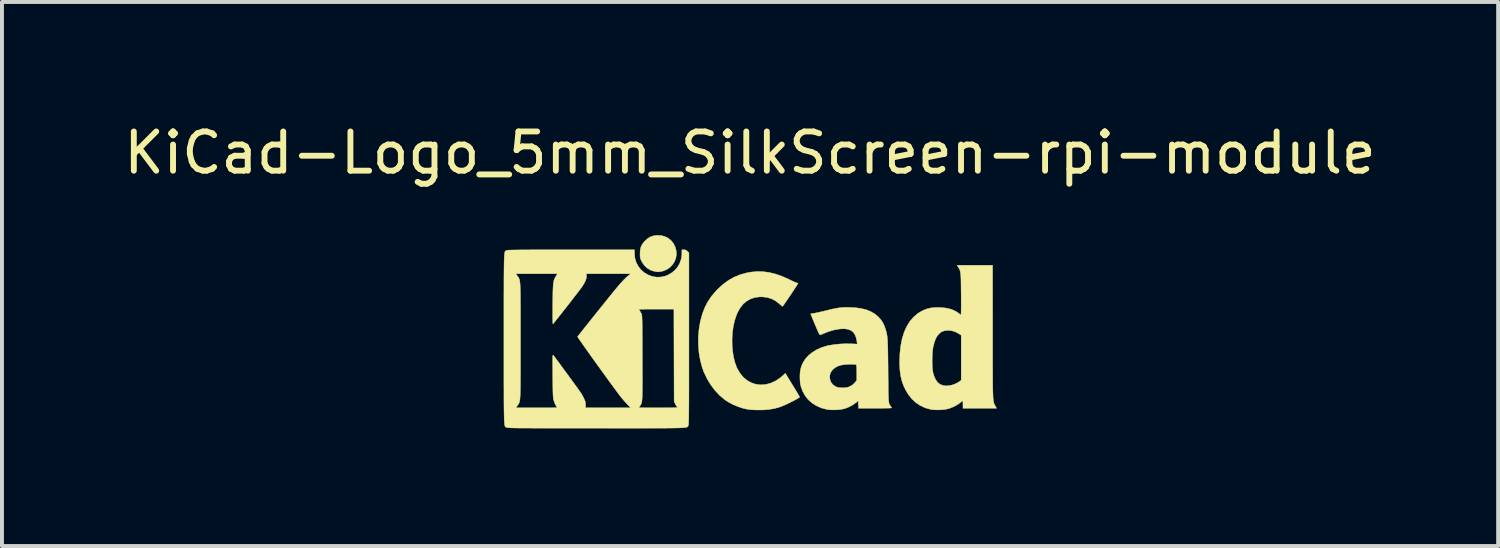
<source format=kicad_pcb>
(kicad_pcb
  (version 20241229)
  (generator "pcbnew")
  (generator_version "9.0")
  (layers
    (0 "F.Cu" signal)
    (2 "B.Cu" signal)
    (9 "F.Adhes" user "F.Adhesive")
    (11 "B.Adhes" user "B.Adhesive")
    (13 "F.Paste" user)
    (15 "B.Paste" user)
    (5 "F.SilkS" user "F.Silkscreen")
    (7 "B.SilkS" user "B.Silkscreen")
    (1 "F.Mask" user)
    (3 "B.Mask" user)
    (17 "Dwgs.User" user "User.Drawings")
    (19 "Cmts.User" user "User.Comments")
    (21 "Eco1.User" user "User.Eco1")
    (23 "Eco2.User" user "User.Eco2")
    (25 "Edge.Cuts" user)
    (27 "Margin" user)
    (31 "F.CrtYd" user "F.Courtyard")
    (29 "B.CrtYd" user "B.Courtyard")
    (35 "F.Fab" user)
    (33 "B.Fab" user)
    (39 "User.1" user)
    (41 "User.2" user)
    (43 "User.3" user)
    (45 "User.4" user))
  (footprint "KiCad-Logo_5mm_SilkScreen-rpi-module"
    (layer "F.Cu")
    (at 16.077 5.928)
    (property "Reference" "KiCad-Logo_5mm_SilkScreen-rpi-module" (at 0 -5.08 0) (layer "F.SilkS") (effects (font (size 1 1) (thickness 0.15))))
    (attr exclude_from_pos_files exclude_from_bom)
    (fp_poly (pts (xy -2.273 -2.973) (xy -2.177 -2.949) (xy -2.09 -2.906) (xy -2.015 -2.847) (xy -1.954 -2.772) (xy -1.909 -2.683) (xy -1.883 -2.586) (xy -1.877 -2.489) (xy -1.892 -2.395) (xy -1.926 -2.307) (xy -1.977 -2.228) (xy -2.042 -2.16) (xy -2.121 -2.106) (xy -2.212 -2.068) (xy -2.263 -2.056) (xy -2.308 -2.048) (xy -2.342 -2.045) (xy -2.375 -2.047) (xy -2.415 -2.054) (xy -2.449 -2.061) (xy -2.542 -2.092) (xy -2.626 -2.143) (xy -2.698 -2.213) (xy -2.756 -2.298) (xy -2.77 -2.326) (xy -2.787 -2.362) (xy -2.797 -2.392) (xy -2.802 -2.425) (xy -2.805 -2.466) (xy -2.805 -2.512) (xy -2.801 -2.596) (xy -2.787 -2.665) (xy -2.762 -2.726) (xy -2.723 -2.784) (xy -2.684 -2.829) (xy -2.612 -2.895) (xy -2.537 -2.94) (xy -2.455 -2.967) (xy -2.377 -2.977) (xy -2.273 -2.973)) (stroke (width 0.01) (type solid)) (fill yes) (layer "F.SilkS"))
    (fp_poly (pts (xy 0.328 -2.051) (xy 0.489 -2.03) (xy 0.653 -1.99) (xy 0.822 -1.93) (xy 1 -1.851) (xy 1.011 -1.845) (xy 1.069 -1.817) (xy 1.121 -1.793) (xy 1.162 -1.775) (xy 1.19 -1.764) (xy 1.2 -1.761) (xy 1.219 -1.756) (xy 1.224 -1.752) (xy 1.218 -1.741) (xy 1.202 -1.715) (xy 1.177 -1.676) (xy 1.145 -1.626) (xy 1.107 -1.569) (xy 1.066 -1.507) (xy 1.023 -1.442) (xy 0.98 -1.379) (xy 0.939 -1.319) (xy 0.902 -1.265) (xy 0.871 -1.22) (xy 0.847 -1.186) (xy 0.832 -1.167) (xy 0.83 -1.165) (xy 0.82 -1.17) (xy 0.798 -1.187) (xy 0.767 -1.214) (xy 0.752 -1.228) (xy 0.655 -1.303) (xy 0.548 -1.359) (xy 0.433 -1.394) (xy 0.31 -1.408) (xy 0.241 -1.407) (xy 0.119 -1.39) (xy 0.01 -1.354) (xy -0.087 -1.299) (xy -0.174 -1.225) (xy -0.249 -1.131) (xy -0.314 -1.018) (xy -0.351 -0.931) (xy -0.395 -0.796) (xy -0.428 -0.648) (xy -0.448 -0.493) (xy -0.458 -0.333) (xy -0.456 -0.173) (xy -0.443 -0.016) (xy -0.419 0.133) (xy -0.384 0.271) (xy -0.338 0.395) (xy -0.322 0.429) (xy -0.253 0.543) (xy -0.173 0.64) (xy -0.081 0.718) (xy 0.02 0.777) (xy 0.13 0.816) (xy 0.247 0.834) (xy 0.289 0.835) (xy 0.41 0.824) (xy 0.531 0.791) (xy 0.649 0.737) (xy 0.762 0.663) (xy 0.854 0.585) (xy 0.9 0.54) (xy 1.081 0.837) (xy 1.127 0.911) (xy 1.168 0.98) (xy 1.204 1.039) (xy 1.233 1.088) (xy 1.254 1.124) (xy 1.265 1.144) (xy 1.266 1.147) (xy 1.258 1.157) (xy 1.233 1.174) (xy 1.193 1.197) (xy 1.142 1.225) (xy 1.084 1.255) (xy 1.021 1.287) (xy 0.958 1.318) (xy 0.896 1.346) (xy 0.839 1.371) (xy 0.791 1.391) (xy 0.768 1.399) (xy 0.634 1.437) (xy 0.496 1.462) (xy 0.349 1.475) (xy 0.222 1.477) (xy 0.154 1.476) (xy 0.088 1.474) (xy 0.031 1.471) (xy -0.013 1.468) (xy -0.027 1.466) (xy -0.166 1.438) (xy -0.307 1.392) (xy -0.445 1.334) (xy -0.572 1.264) (xy -0.649 1.211) (xy -0.777 1.103) (xy -0.895 0.977) (xy -1.002 0.835) (xy -1.095 0.681) (xy -1.173 0.518) (xy -1.217 0.401) (xy -1.267 0.217) (xy -1.301 0.023) (xy -1.318 -0.179) (xy -1.318 -0.382) (xy -1.301 -0.584) (xy -1.268 -0.781) (xy -1.217 -0.967) (xy -1.214 -0.978) (xy -1.151 -1.14) (xy -1.074 -1.288) (xy -0.981 -1.426) (xy -0.868 -1.558) (xy -0.825 -1.604) (xy -0.688 -1.728) (xy -0.549 -1.83) (xy -0.403 -1.912) (xy -0.249 -1.975) (xy -0.084 -2.02) (xy 0.011 -2.038) (xy 0.17 -2.054) (xy 0.328 -2.051)) (stroke (width 0.01) (type solid)) (fill yes) (layer "F.SilkS"))
    (fp_poly (pts (xy 6.187 -0.528) (xy 6.187 -0.293) (xy 6.187 -0.08) (xy 6.187 0.112) (xy 6.187 0.285) (xy 6.187 0.441) (xy 6.188 0.579) (xy 6.188 0.701) (xy 6.189 0.808) (xy 6.19 0.901) (xy 6.192 0.982) (xy 6.194 1.051) (xy 6.196 1.11) (xy 6.198 1.159) (xy 6.202 1.2) (xy 6.205 1.234) (xy 6.21 1.262) (xy 6.214 1.285) (xy 6.22 1.304) (xy 6.226 1.321) (xy 6.233 1.335) (xy 6.24 1.349) (xy 6.249 1.364) (xy 6.254 1.373) (xy 6.288 1.434) (xy 5.43 1.434) (xy 5.43 1.338) (xy 5.429 1.294) (xy 5.427 1.261) (xy 5.424 1.243) (xy 5.423 1.242) (xy 5.412 1.249) (xy 5.389 1.267) (xy 5.366 1.286) (xy 5.312 1.327) (xy 5.242 1.368) (xy 5.165 1.405) (xy 5.088 1.435) (xy 5.057 1.445) (xy 4.989 1.46) (xy 4.906 1.47) (xy 4.816 1.475) (xy 4.728 1.474) (xy 4.649 1.469) (xy 4.612 1.463) (xy 4.473 1.425) (xy 4.346 1.367) (xy 4.23 1.29) (xy 4.127 1.195) (xy 4.036 1.081) (xy 3.969 0.97) (xy 3.914 0.854) (xy 3.872 0.734) (xy 3.842 0.608) (xy 3.823 0.472) (xy 3.815 0.32) (xy 3.814 0.243) (xy 3.816 0.186) (xy 4.645 0.186) (xy 4.645 0.279) (xy 4.648 0.367) (xy 4.654 0.444) (xy 4.662 0.505) (xy 4.665 0.517) (xy 4.697 0.625) (xy 4.738 0.712) (xy 4.79 0.779) (xy 4.853 0.826) (xy 4.926 0.853) (xy 5.011 0.862) (xy 5.107 0.851) (xy 5.17 0.835) (xy 5.219 0.817) (xy 5.274 0.791) (xy 5.314 0.767) (xy 5.385 0.721) (xy 5.385 -0.429) (xy 5.317 -0.473) (xy 5.239 -0.514) (xy 5.155 -0.541) (xy 5.07 -0.553) (xy 4.988 -0.549) (xy 4.915 -0.53) (xy 4.883 -0.515) (xy 4.826 -0.472) (xy 4.777 -0.415) (xy 4.735 -0.342) (xy 4.701 -0.252) (xy 4.672 -0.141) (xy 4.671 -0.135) (xy 4.66 -0.073) (xy 4.653 0.005) (xy 4.648 0.093) (xy 4.645 0.186) (xy 3.816 0.186) (xy 3.822 0.03) (xy 3.844 -0.166) (xy 3.88 -0.345) (xy 3.93 -0.506) (xy 3.994 -0.65) (xy 4.071 -0.777) (xy 4.163 -0.886) (xy 4.268 -0.977) (xy 4.314 -1.008) (xy 4.415 -1.064) (xy 4.518 -1.104) (xy 4.628 -1.128) (xy 4.749 -1.138) (xy 4.842 -1.137) (xy 4.971 -1.126) (xy 5.084 -1.104) (xy 5.183 -1.07) (xy 5.271 -1.024) (xy 5.32 -0.99) (xy 5.349 -0.968) (xy 5.371 -0.953) (xy 5.379 -0.948) (xy 5.381 -0.959) (xy 5.382 -0.99) (xy 5.383 -1.037) (xy 5.384 -1.1) (xy 5.384 -1.173) (xy 5.384 -1.256) (xy 5.384 -1.344) (xy 5.384 -1.436) (xy 5.383 -1.528) (xy 5.382 -1.618) (xy 5.381 -1.704) (xy 5.38 -1.781) (xy 5.379 -1.848) (xy 5.377 -1.902) (xy 5.375 -1.94) (xy 5.375 -1.947) (xy 5.367 -2.018) (xy 5.356 -2.073) (xy 5.338 -2.12) (xy 5.312 -2.166) (xy 5.305 -2.176) (xy 5.281 -2.213) (xy 6.186 -2.213) (xy 6.187 -0.528)) (stroke (width 0.01) (type solid)) (fill yes) (layer "F.SilkS"))
    (fp_poly (pts (xy 2.674 -1.133) (xy 2.825 -1.113) (xy 2.961 -1.08) (xy 3.08 -1.032) (xy 3.185 -0.971) (xy 3.262 -0.907) (xy 3.331 -0.833) (xy 3.385 -0.753) (xy 3.428 -0.661) (xy 3.443 -0.618) (xy 3.456 -0.579) (xy 3.467 -0.543) (xy 3.477 -0.508) (xy 3.485 -0.472) (xy 3.492 -0.433) (xy 3.498 -0.39) (xy 3.503 -0.34) (xy 3.507 -0.283) (xy 3.51 -0.215) (xy 3.513 -0.136) (xy 3.515 -0.043) (xy 3.517 0.066) (xy 3.518 0.192) (xy 3.52 0.337) (xy 3.521 0.48) (xy 3.522 0.636) (xy 3.524 0.771) (xy 3.525 0.887) (xy 3.526 0.986) (xy 3.528 1.068) (xy 3.53 1.136) (xy 3.532 1.192) (xy 3.535 1.236) (xy 3.539 1.271) (xy 3.544 1.299) (xy 3.55 1.321) (xy 3.557 1.338) (xy 3.565 1.352) (xy 3.574 1.366) (xy 3.585 1.38) (xy 3.59 1.385) (xy 3.605 1.408) (xy 3.612 1.423) (xy 3.612 1.424) (xy 3.602 1.426) (xy 3.571 1.428) (xy 3.522 1.43) (xy 3.458 1.431) (xy 3.382 1.433) (xy 3.295 1.433) (xy 3.2 1.434) (xy 3.19 1.434) (xy 2.767 1.434) (xy 2.763 1.338) (xy 2.76 1.242) (xy 2.698 1.293) (xy 2.601 1.36) (xy 2.491 1.415) (xy 2.404 1.445) (xy 2.335 1.46) (xy 2.252 1.47) (xy 2.162 1.475) (xy 2.074 1.474) (xy 1.995 1.468) (xy 1.959 1.463) (xy 1.819 1.425) (xy 1.692 1.37) (xy 1.58 1.299) (xy 1.484 1.213) (xy 1.404 1.112) (xy 1.341 0.997) (xy 1.296 0.871) (xy 1.284 0.814) (xy 1.276 0.752) (xy 1.273 0.677) (xy 1.272 0.643) (xy 1.272 0.64) (xy 2.032 0.64) (xy 2.042 0.715) (xy 2.07 0.779) (xy 2.118 0.835) (xy 2.123 0.839) (xy 2.172 0.874) (xy 2.223 0.897) (xy 2.284 0.909) (xy 2.359 0.911) (xy 2.377 0.911) (xy 2.431 0.908) (xy 2.471 0.903) (xy 2.506 0.893) (xy 2.545 0.876) (xy 2.556 0.871) (xy 2.616 0.835) (xy 2.663 0.792) (xy 2.676 0.777) (xy 2.721 0.72) (xy 2.721 0.525) (xy 2.72 0.446) (xy 2.718 0.388) (xy 2.715 0.349) (xy 2.711 0.327) (xy 2.707 0.32) (xy 2.691 0.317) (xy 2.657 0.314) (xy 2.61 0.313) (xy 2.555 0.312) (xy 2.546 0.312) (xy 2.425 0.317) (xy 2.323 0.333) (xy 2.236 0.361) (xy 2.164 0.401) (xy 2.109 0.448) (xy 2.064 0.506) (xy 2.039 0.569) (xy 2.032 0.64) (xy 1.272 0.64) (xy 1.274 0.55) (xy 1.283 0.471) (xy 1.299 0.4) (xy 1.324 0.329) (xy 1.348 0.276) (xy 1.407 0.181) (xy 1.485 0.093) (xy 1.58 0.014) (xy 1.69 -0.055) (xy 1.813 -0.111) (xy 1.945 -0.154) (xy 2.009 -0.169) (xy 2.146 -0.191) (xy 2.294 -0.206) (xy 2.446 -0.212) (xy 2.572 -0.211) (xy 2.734 -0.204) (xy 2.727 -0.263) (xy 2.707 -0.362) (xy 2.676 -0.443) (xy 2.632 -0.506) (xy 2.575 -0.551) (xy 2.503 -0.58) (xy 2.416 -0.594) (xy 2.313 -0.591) (xy 2.275 -0.587) (xy 2.134 -0.562) (xy 1.997 -0.521) (xy 1.902 -0.483) (xy 1.857 -0.464) (xy 1.819 -0.448) (xy 1.792 -0.439) (xy 1.785 -0.437) (xy 1.775 -0.446) (xy 1.758 -0.475) (xy 1.734 -0.524) (xy 1.703 -0.594) (xy 1.665 -0.684) (xy 1.658 -0.7) (xy 1.628 -0.772) (xy 1.601 -0.838) (xy 1.578 -0.893) (xy 1.561 -0.936) (xy 1.55 -0.963) (xy 1.547 -0.972) (xy 1.557 -0.977) (xy 1.583 -0.982) (xy 1.611 -0.986) (xy 1.642 -0.991) (xy 1.689 -1) (xy 1.751 -1.013) (xy 1.821 -1.029) (xy 1.896 -1.047) (xy 1.925 -1.054) (xy 2.03 -1.08) (xy 2.117 -1.1) (xy 2.192 -1.115) (xy 2.258 -1.126) (xy 2.319 -1.133) (xy 2.381 -1.138) (xy 2.446 -1.14) (xy 2.504 -1.14) (xy 2.674 -1.133)) (stroke (width 0.01) (type solid)) (fill yes) (layer "F.SilkS"))
    (fp_poly (pts (xy -2.946 -2.511) (xy -2.936 -2.397) (xy -2.904 -2.289) (xy -2.853 -2.19) (xy -2.784 -2.102) (xy -2.699 -2.027) (xy -2.602 -1.97) (xy -2.496 -1.93) (xy -2.389 -1.911) (xy -2.283 -1.913) (xy -2.181 -1.932) (xy -2.085 -1.969) (xy -1.996 -2.021) (xy -1.917 -2.087) (xy -1.849 -2.167) (xy -1.796 -2.258) (xy -1.759 -2.359) (xy -1.74 -2.47) (xy -1.738 -2.52) (xy -1.738 -2.608) (xy -1.687 -2.608) (xy -1.65 -2.605) (xy -1.623 -2.593) (xy -1.596 -2.569) (xy -1.558 -2.531) (xy -1.558 -0.339) (xy -1.558 -0.077) (xy -1.558 0.163) (xy -1.558 0.383) (xy -1.558 0.583) (xy -1.558 0.764) (xy -1.558 0.928) (xy -1.559 1.074) (xy -1.559 1.205) (xy -1.559 1.32) (xy -1.56 1.421) (xy -1.561 1.509) (xy -1.561 1.585) (xy -1.562 1.65) (xy -1.563 1.704) (xy -1.564 1.749) (xy -1.565 1.786) (xy -1.567 1.815) (xy -1.568 1.837) (xy -1.57 1.854) (xy -1.572 1.866) (xy -1.574 1.874) (xy -1.576 1.88) (xy -1.577 1.882) (xy -1.581 1.889) (xy -1.585 1.895) (xy -1.589 1.901) (xy -1.594 1.906) (xy -1.601 1.911) (xy -1.611 1.916) (xy -1.625 1.92) (xy -1.645 1.923) (xy -1.669 1.926) (xy -1.701 1.929) (xy -1.741 1.931) (xy -1.789 1.934) (xy -1.846 1.935) (xy -1.914 1.937) (xy -1.994 1.938) (xy -2.085 1.939) (xy -2.19 1.94) (xy -2.309 1.94) (xy -2.443 1.941) (xy -2.593 1.941) (xy -2.76 1.941) (xy -2.945 1.942) (xy -3.149 1.942) (xy -3.372 1.942) (xy -3.616 1.941) (xy -3.881 1.941) (xy -3.92 1.941) (xy -4.187 1.941) (xy -4.432 1.941) (xy -4.657 1.941) (xy -4.861 1.941) (xy -5.047 1.941) (xy -5.215 1.941) (xy -5.366 1.94) (xy -5.501 1.94) (xy -5.62 1.939) (xy -5.725 1.939) (xy -5.817 1.938) (xy -5.896 1.938) (xy -5.964 1.937) (xy -6.021 1.936) (xy -6.069 1.935) (xy -6.107 1.933) (xy -6.138 1.932) (xy -6.162 1.931) (xy -6.18 1.929) (xy -6.192 1.927) (xy -6.201 1.925) (xy -6.205 1.923) (xy -6.214 1.92) (xy -6.221 1.917) (xy -6.229 1.915) (xy -6.235 1.911) (xy -6.241 1.906) (xy -6.246 1.897) (xy -6.251 1.885) (xy -6.255 1.869) (xy -6.259 1.846) (xy -6.262 1.818) (xy -6.265 1.781) (xy -6.268 1.737) (xy -6.27 1.683) (xy -6.271 1.618) (xy -6.273 1.543) (xy -6.274 1.455) (xy -6.275 1.354) (xy -6.276 1.239) (xy -6.276 1.11) (xy -6.276 0.964) (xy -6.277 0.802) (xy -6.277 0.621) (xy -6.277 0.422) (xy -6.277 0.204) (xy -6.277 -0.035) (xy -6.277 -0.296) (xy -6.277 -0.338) (xy -6.277 -0.601) (xy -6.277 -0.842) (xy -6.277 -1.063) (xy -6.277 -1.264) (xy -6.277 -1.446) (xy -6.276 -1.61) (xy -6.276 -1.757) (xy -6.276 -1.888) (xy -6.275 -1.998) (xy -5.972 -1.998) (xy -5.932 -1.94) (xy -5.921 -1.925) (xy -5.911 -1.911) (xy -5.902 -1.897) (xy -5.894 -1.883) (xy -5.887 -1.868) (xy -5.881 -1.849) (xy -5.875 -1.826) (xy -5.871 -1.798) (xy -5.867 -1.764) (xy -5.863 -1.722) (xy -5.861 -1.67) (xy -5.858 -1.609) (xy -5.857 -1.537) (xy -5.855 -1.452) (xy -5.855 -1.354) (xy -5.854 -1.24) (xy -5.853 -1.111) (xy -5.853 -0.965) (xy -5.853 -0.8) (xy -5.853 -0.616) (xy -5.853 -0.41) (xy -5.853 -0.288) (xy -5.853 -0.071) (xy -5.853 0.125) (xy -5.853 0.3) (xy -5.853 0.456) (xy -5.854 0.595) (xy -5.854 0.717) (xy -5.855 0.823) (xy -5.856 0.915) (xy -5.857 0.994) (xy -5.859 1.062) (xy -5.862 1.118) (xy -5.865 1.165) (xy -5.868 1.204) (xy -5.872 1.235) (xy -5.877 1.261) (xy -5.883 1.282) (xy -5.89 1.299) (xy -5.897 1.314) (xy -5.906 1.327) (xy -5.915 1.341) (xy -5.925 1.356) (xy -5.932 1.365) (xy -5.97 1.422) (xy -5.439 1.422) (xy -5.315 1.422) (xy -5.213 1.422) (xy -5.129 1.422) (xy -5.063 1.421) (xy -5.012 1.42) (xy -4.974 1.419) (xy -4.948 1.417) (xy -4.932 1.415) (xy -4.923 1.412) (xy -4.921 1.408) (xy -4.923 1.404) (xy -4.925 1.403) (xy -4.95 1.366) (xy -4.976 1.313) (xy -4.999 1.251) (xy -5.007 1.224) (xy -5.012 1.206) (xy -5.016 1.185) (xy -5.019 1.159) (xy -5.022 1.126) (xy -5.024 1.083) (xy -5.026 1.028) (xy -5.028 0.96) (xy -5.029 0.877) (xy -5.03 0.775) (xy -5.031 0.654) (xy -5.032 0.61) (xy -5.033 0.484) (xy -5.033 0.38) (xy -5.034 0.295) (xy -5.034 0.227) (xy -5.034 0.174) (xy -5.033 0.135) (xy -5.031 0.107) (xy -5.029 0.09) (xy -5.027 0.081) (xy -5.023 0.078) (xy -5.019 0.08) (xy -5.015 0.085) (xy -5.004 0.098) (xy -4.982 0.127) (xy -4.95 0.17) (xy -4.909 0.225) (xy -4.861 0.289) (xy -4.808 0.362) (xy -4.751 0.44) (xy -4.691 0.521) (xy -4.631 0.603) (xy -4.572 0.685) (xy -4.514 0.763) (xy -4.461 0.836) (xy -4.413 0.902) (xy -4.373 0.959) (xy -4.341 1.004) (xy -4.318 1.035) (xy -4.314 1.041) (xy -4.291 1.078) (xy -4.264 1.126) (xy -4.239 1.176) (xy -4.236 1.183) (xy -4.214 1.231) (xy -4.201 1.268) (xy -4.196 1.304) (xy -4.194 1.346) (xy -4.195 1.422) (xy -3.041 1.422) (xy -3.132 1.329) (xy -3.179 1.279) (xy -3.229 1.222) (xy -3.275 1.168) (xy -3.295 1.143) (xy -3.326 1.103) (xy -3.366 1.05) (xy -3.414 0.985) (xy -3.47 0.909) (xy -3.532 0.825) (xy -3.599 0.733) (xy -3.669 0.636) (xy -3.743 0.535) (xy -3.817 0.432) (xy -3.892 0.328) (xy -3.966 0.225) (xy -4.038 0.125) (xy -4.106 0.029) (xy -4.17 -0.061) (xy -4.229 -0.144) (xy -4.28 -0.218) (xy -4.324 -0.28) (xy -4.359 -0.33) (xy -4.383 -0.367) (xy -4.396 -0.387) (xy -4.398 -0.391) (xy -4.39 -0.403) (xy -4.369 -0.43) (xy -4.337 -0.471) (xy -4.294 -0.525) (xy -4.243 -0.589) (xy -4.185 -0.663) (xy -4.12 -0.744) (xy -4.051 -0.831) (xy -3.979 -0.921) (xy -3.904 -1.014) (xy -3.845 -1.088) (xy -2.834 -1.088) (xy -2.828 -1.075) (xy -2.813 -1.053) (xy -2.812 -1.052) (xy -2.793 -1.021) (xy -2.774 -0.985) (xy -2.77 -0.976) (xy -2.766 -0.968) (xy -2.763 -0.958) (xy -2.76 -0.945) (xy -2.758 -0.927) (xy -2.756 -0.904) (xy -2.754 -0.873) (xy -2.753 -0.833) (xy -2.751 -0.784) (xy -2.75 -0.723) (xy -2.749 -0.649) (xy -2.749 -0.561) (xy -2.748 -0.457) (xy -2.747 -0.337) (xy -2.747 -0.198) (xy -2.746 -0.039) (xy -2.746 0.14) (xy -2.745 0.325) (xy -2.745 0.489) (xy -2.745 0.633) (xy -2.744 0.759) (xy -2.745 0.868) (xy -2.745 0.961) (xy -2.747 1.04) (xy -2.748 1.106) (xy -2.75 1.161) (xy -2.753 1.206) (xy -2.757 1.242) (xy -2.761 1.271) (xy -2.766 1.295) (xy -2.772 1.313) (xy -2.779 1.329) (xy -2.787 1.344) (xy -2.797 1.358) (xy -2.805 1.37) (xy -2.822 1.396) (xy -2.832 1.414) (xy -2.834 1.417) (xy -2.823 1.418) (xy -2.791 1.419) (xy -2.742 1.42) (xy -2.677 1.421) (xy -2.599 1.422) (xy -2.51 1.422) (xy -2.411 1.422) (xy -2.342 1.422) (xy -2.237 1.422) (xy -2.141 1.422) (xy -2.054 1.421) (xy -1.98 1.419) (xy -1.921 1.418) (xy -1.879 1.416) (xy -1.855 1.414) (xy -1.851 1.412) (xy -1.859 1.398) (xy -1.867 1.39) (xy -1.88 1.372) (xy -1.897 1.342) (xy -1.909 1.318) (xy -1.936 1.259) (xy -1.939 0.082) (xy -1.942 -1.095) (xy -2.388 -1.095) (xy -2.486 -1.095) (xy -2.576 -1.094) (xy -2.657 -1.094) (xy -2.725 -1.093) (xy -2.779 -1.092) (xy -2.815 -1.09) (xy -2.833 -1.089) (xy -2.834 -1.088) (xy -3.845 -1.088) (xy -3.829 -1.107) (xy -3.755 -1.199) (xy -3.683 -1.289) (xy -3.615 -1.374) (xy -3.551 -1.452) (xy -3.494 -1.523) (xy -3.444 -1.584) (xy -3.403 -1.633) (xy -3.386 -1.654) (xy -3.3 -1.754) (xy -3.223 -1.838) (xy -3.154 -1.906) (xy -3.091 -1.96) (xy -3.082 -1.967) (xy -3.042 -1.998) (xy -4.174 -1.998) (xy -4.169 -1.95) (xy -4.172 -1.893) (xy -4.194 -1.825) (xy -4.234 -1.745) (xy -4.279 -1.673) (xy -4.295 -1.65) (xy -4.323 -1.612) (xy -4.361 -1.562) (xy -4.408 -1.501) (xy -4.462 -1.432) (xy -4.52 -1.356) (xy -4.582 -1.276) (xy -4.646 -1.194) (xy -4.71 -1.112) (xy -4.773 -1.032) (xy -4.832 -0.957) (xy -4.887 -0.888) (xy -4.935 -0.828) (xy -4.974 -0.778) (xy -5.004 -0.742) (xy -5.022 -0.72) (xy -5.025 -0.717) (xy -5.028 -0.725) (xy -5.03 -0.755) (xy -5.032 -0.807) (xy -5.033 -0.881) (xy -5.033 -0.977) (xy -5.033 -1.094) (xy -5.032 -1.214) (xy -5.03 -1.346) (xy -5.029 -1.457) (xy -5.027 -1.551) (xy -5.024 -1.629) (xy -5.021 -1.692) (xy -5.016 -1.745) (xy -5.009 -1.788) (xy -5.002 -1.823) (xy -4.992 -1.854) (xy -4.98 -1.882) (xy -4.965 -1.91) (xy -4.95 -1.935) (xy -4.912 -1.998) (xy -5.972 -1.998) (xy -6.275 -1.998) (xy -6.275 -2.004) (xy -6.274 -2.106) (xy -6.273 -2.195) (xy -6.272 -2.272) (xy -6.27 -2.337) (xy -6.269 -2.393) (xy -6.266 -2.438) (xy -6.264 -2.475) (xy -6.261 -2.505) (xy -6.258 -2.528) (xy -6.254 -2.546) (xy -6.25 -2.559) (xy -6.245 -2.568) (xy -6.24 -2.574) (xy -6.234 -2.579) (xy -6.228 -2.582) (xy -6.222 -2.586) (xy -6.216 -2.589) (xy -6.21 -2.592) (xy -6.202 -2.594) (xy -6.19 -2.596) (xy -6.173 -2.598) (xy -6.149 -2.6) (xy -6.118 -2.601) (xy -6.079 -2.602) (xy -6.03 -2.603) (xy -5.971 -2.604) (xy -5.899 -2.605) (xy -5.815 -2.606) (xy -5.718 -2.606) (xy -5.605 -2.607) (xy -5.476 -2.607) (xy -5.33 -2.607) (xy -5.166 -2.608) (xy -4.982 -2.608) (xy -4.778 -2.608) (xy -4.567 -2.608) (xy -2.946 -2.608) (xy -2.946 -2.511)) (stroke (width 0.01) (type solid)) (fill yes) (layer "F.SilkS")))
  (gr_rect
    (start -3 -3)
    (end 35.155 10.875)
    (stroke (width 0.1) (type default))
    (fill no)
    (layer "Edge.Cuts")))
</source>
